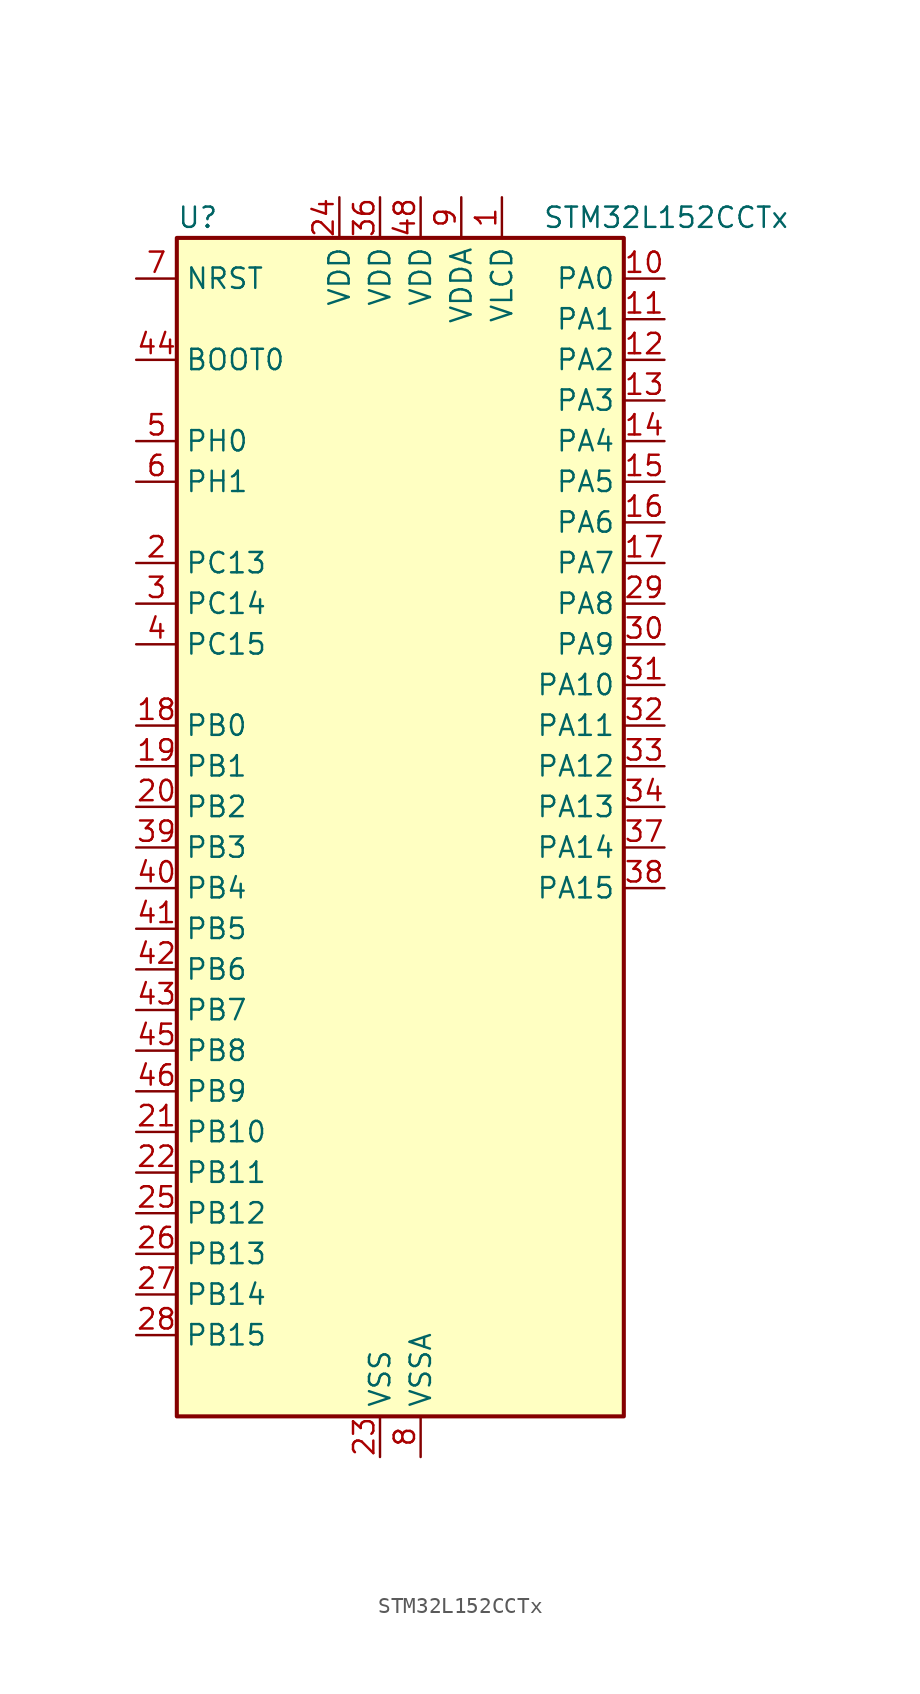
<source format=kicad_sym>
(kicad_symbol_lib
  (version 20220914)
  (generator kicad_symbol_editor)
  (symbol "STM32L152CCTx"
    (property "Reference" "U"
      (at -12.7 39.37 0)
      (effects (font (size 1.27 1.27)) (justify left)))
    (property "Value" "STM32L152CCTx"
      (at 10.16 39.37 0)
      (effects (font (size 1.27 1.27)) (justify left)))
    (property "ki_locked" ""
      (at 0 0 0)
      (effects (font (size 1.27 1.27))))
    (symbol "STM32L152CCTx_0_1"
      (rectangle (start -12.7 -35.56) (end 15.24 38.1) (stroke (width 0.254) (type default)) (fill (type background))))
    (symbol "STM32L152CCTx_1_1"
      (pin power_in line (at 7.62 40.64 270) (length 2.54) (name "VLCD" (effects (font (size 1.27 1.27)))) (number "1" (effects (font (size 1.27 1.27)))))
      (pin bidirectional line (at 17.78 35.56 180) (length 2.54) (name "PA0" (effects (font (size 1.27 1.27)))) (number "10" (effects (font (size 1.27 1.27)))) (alternate "ADC_IN0" bidirectional line) (alternate "COMP1_INP" bidirectional line) (alternate "RTC_TAMP2" bidirectional line) (alternate "SYS_WKUP1" bidirectional line) (alternate "TIM2_CH1" bidirectional line) (alternate "TIM2_ETR" bidirectional line) (alternate "TIM5_CH1" bidirectional line) (alternate "TIMX_IC1" bidirectional line) (alternate "TS_G1_IO1" bidirectional line) (alternate "USART2_CTS" bidirectional line))
      (pin bidirectional line (at 17.78 33.02 180) (length 2.54) (name "PA1" (effects (font (size 1.27 1.27)))) (number "11" (effects (font (size 1.27 1.27)))) (alternate "ADC_IN1" bidirectional line) (alternate "COMP1_INP" bidirectional line) (alternate "LCD_SEG0" bidirectional line) (alternate "OPAMP1_VINP" bidirectional line) (alternate "TIM2_CH2" bidirectional line) (alternate "TIM5_CH2" bidirectional line) (alternate "TIMX_IC2" bidirectional line) (alternate "TS_G1_IO2" bidirectional line) (alternate "USART2_RTS" bidirectional line))
      (pin bidirectional line (at 17.78 30.48 180) (length 2.54) (name "PA2" (effects (font (size 1.27 1.27)))) (number "12" (effects (font (size 1.27 1.27)))) (alternate "ADC_IN2" bidirectional line) (alternate "COMP1_INP" bidirectional line) (alternate "LCD_SEG1" bidirectional line) (alternate "OPAMP1_VINM" bidirectional line) (alternate "TIM2_CH3" bidirectional line) (alternate "TIM5_CH3" bidirectional line) (alternate "TIM9_CH1" bidirectional line) (alternate "TIMX_IC3" bidirectional line) (alternate "TS_G1_IO3" bidirectional line) (alternate "USART2_TX" bidirectional line))
      (pin bidirectional line (at 17.78 27.94 180) (length 2.54) (name "PA3" (effects (font (size 1.27 1.27)))) (number "13" (effects (font (size 1.27 1.27)))) (alternate "ADC_IN3" bidirectional line) (alternate "COMP1_INP" bidirectional line) (alternate "LCD_SEG2" bidirectional line) (alternate "OPAMP1_VOUT" bidirectional line) (alternate "TIM2_CH4" bidirectional line) (alternate "TIM5_CH4" bidirectional line) (alternate "TIM9_CH2" bidirectional line) (alternate "TIMX_IC4" bidirectional line) (alternate "TS_G1_IO4" bidirectional line) (alternate "USART2_RX" bidirectional line))
      (pin bidirectional line (at 17.78 25.4 180) (length 2.54) (name "PA4" (effects (font (size 1.27 1.27)))) (number "14" (effects (font (size 1.27 1.27)))) (alternate "ADC_IN4" bidirectional line) (alternate "COMP1_INP" bidirectional line) (alternate "DAC_OUT1" bidirectional line) (alternate "I2S3_WS" bidirectional line) (alternate "SPI1_NSS" bidirectional line) (alternate "SPI3_NSS" bidirectional line) (alternate "TIMX_IC1" bidirectional line) (alternate "USART2_CK" bidirectional line))
      (pin bidirectional line (at 17.78 22.86 180) (length 2.54) (name "PA5" (effects (font (size 1.27 1.27)))) (number "15" (effects (font (size 1.27 1.27)))) (alternate "ADC_IN5" bidirectional line) (alternate "COMP1_INP" bidirectional line) (alternate "DAC_OUT2" bidirectional line) (alternate "SPI1_SCK" bidirectional line) (alternate "TIM2_CH1" bidirectional line) (alternate "TIM2_ETR" bidirectional line) (alternate "TIMX_IC2" bidirectional line))
      (pin bidirectional line (at 17.78 20.32 180) (length 2.54) (name "PA6" (effects (font (size 1.27 1.27)))) (number "16" (effects (font (size 1.27 1.27)))) (alternate "ADC_IN6" bidirectional line) (alternate "COMP1_INP" bidirectional line) (alternate "LCD_SEG3" bidirectional line) (alternate "OPAMP2_VINP" bidirectional line) (alternate "SPI1_MISO" bidirectional line) (alternate "TIM10_CH1" bidirectional line) (alternate "TIM3_CH1" bidirectional line) (alternate "TIMX_IC3" bidirectional line) (alternate "TS_G2_IO1" bidirectional line))
      (pin bidirectional line (at 17.78 17.78 180) (length 2.54) (name "PA7" (effects (font (size 1.27 1.27)))) (number "17" (effects (font (size 1.27 1.27)))) (alternate "ADC_IN7" bidirectional line) (alternate "COMP1_INP" bidirectional line) (alternate "LCD_SEG4" bidirectional line) (alternate "OPAMP2_VINM" bidirectional line) (alternate "SPI1_MOSI" bidirectional line) (alternate "TIM11_CH1" bidirectional line) (alternate "TIM3_CH2" bidirectional line) (alternate "TIMX_IC4" bidirectional line) (alternate "TS_G2_IO2" bidirectional line))
      (pin bidirectional line (at -15.24 7.62 0) (length 2.54) (name "PB0" (effects (font (size 1.27 1.27)))) (number "18" (effects (font (size 1.27 1.27)))) (alternate "ADC_IN8" bidirectional line) (alternate "COMP1_INP" bidirectional line) (alternate "LCD_SEG5" bidirectional line) (alternate "OPAMP2_VOUT" bidirectional line) (alternate "SYS_V_REF_OUT" bidirectional line) (alternate "TIM3_CH3" bidirectional line) (alternate "TS_G3_IO1" bidirectional line))
      (pin bidirectional line (at -15.24 5.08 0) (length 2.54) (name "PB1" (effects (font (size 1.27 1.27)))) (number "19" (effects (font (size 1.27 1.27)))) (alternate "ADC_IN9" bidirectional line) (alternate "COMP1_INP" bidirectional line) (alternate "LCD_SEG6" bidirectional line) (alternate "SYS_V_REF_OUT" bidirectional line) (alternate "TIM3_CH4" bidirectional line) (alternate "TS_G3_IO2" bidirectional line))
      (pin bidirectional line (at -15.24 17.78 0) (length 2.54) (name "PC13" (effects (font (size 1.27 1.27)))) (number "2" (effects (font (size 1.27 1.27)))) (alternate "RTC_OUT_ALARM" bidirectional line) (alternate "RTC_OUT_CALIB" bidirectional line) (alternate "RTC_TAMP1" bidirectional line) (alternate "RTC_TS" bidirectional line) (alternate "SYS_WKUP2" bidirectional line) (alternate "TIMX_IC2" bidirectional line))
      (pin bidirectional line (at -15.24 2.54 0) (length 2.54) (name "PB2" (effects (font (size 1.27 1.27)))) (number "20" (effects (font (size 1.27 1.27)))) (alternate "TS_G3_IO3" bidirectional line))
      (pin bidirectional line (at -15.24 -17.78 0) (length 2.54) (name "PB10" (effects (font (size 1.27 1.27)))) (number "21" (effects (font (size 1.27 1.27)))) (alternate "I2C2_SCL" bidirectional line) (alternate "LCD_SEG10" bidirectional line) (alternate "TIM2_CH3" bidirectional line) (alternate "USART3_TX" bidirectional line))
      (pin bidirectional line (at -15.24 -20.32 0) (length 2.54) (name "PB11" (effects (font (size 1.27 1.27)))) (number "22" (effects (font (size 1.27 1.27)))) (alternate "ADC_EXTI11" bidirectional line) (alternate "I2C2_SDA" bidirectional line) (alternate "LCD_SEG11" bidirectional line) (alternate "TIM2_CH4" bidirectional line) (alternate "USART3_RX" bidirectional line))
      (pin power_in line (at 0 -38.1 90) (length 2.54) (name "VSS" (effects (font (size 1.27 1.27)))) (number "23" (effects (font (size 1.27 1.27)))))
      (pin power_in line (at -2.54 40.64 270) (length 2.54) (name "VDD" (effects (font (size 1.27 1.27)))) (number "24" (effects (font (size 1.27 1.27)))))
      (pin bidirectional line (at -15.24 -22.86 0) (length 2.54) (name "PB12" (effects (font (size 1.27 1.27)))) (number "25" (effects (font (size 1.27 1.27)))) (alternate "ADC_IN18" bidirectional line) (alternate "COMP1_INP" bidirectional line) (alternate "I2C2_SMBA" bidirectional line) (alternate "I2S2_WS" bidirectional line) (alternate "LCD_SEG12" bidirectional line) (alternate "SPI2_NSS" bidirectional line) (alternate "TIM10_CH1" bidirectional line) (alternate "TS_G7_IO1" bidirectional line) (alternate "USART3_CK" bidirectional line))
      (pin bidirectional line (at -15.24 -25.4 0) (length 2.54) (name "PB13" (effects (font (size 1.27 1.27)))) (number "26" (effects (font (size 1.27 1.27)))) (alternate "ADC_IN19" bidirectional line) (alternate "COMP1_INP" bidirectional line) (alternate "I2S2_CK" bidirectional line) (alternate "LCD_SEG13" bidirectional line) (alternate "SPI2_SCK" bidirectional line) (alternate "TIM9_CH1" bidirectional line) (alternate "TS_G7_IO2" bidirectional line) (alternate "USART3_CTS" bidirectional line))
      (pin bidirectional line (at -15.24 -27.94 0) (length 2.54) (name "PB14" (effects (font (size 1.27 1.27)))) (number "27" (effects (font (size 1.27 1.27)))) (alternate "ADC_IN20" bidirectional line) (alternate "COMP1_INP" bidirectional line) (alternate "LCD_SEG14" bidirectional line) (alternate "SPI2_MISO" bidirectional line) (alternate "TIM9_CH2" bidirectional line) (alternate "TS_G7_IO3" bidirectional line) (alternate "USART3_RTS" bidirectional line))
      (pin bidirectional line (at -15.24 -30.48 0) (length 2.54) (name "PB15" (effects (font (size 1.27 1.27)))) (number "28" (effects (font (size 1.27 1.27)))) (alternate "ADC_EXTI15" bidirectional line) (alternate "ADC_IN21" bidirectional line) (alternate "COMP1_INP" bidirectional line) (alternate "I2S2_SD" bidirectional line) (alternate "LCD_SEG15" bidirectional line) (alternate "RTC_REFIN" bidirectional line) (alternate "SPI2_MOSI" bidirectional line) (alternate "TIM11_CH1" bidirectional line) (alternate "TS_G7_IO4" bidirectional line))
      (pin bidirectional line (at 17.78 15.24 180) (length 2.54) (name "PA8" (effects (font (size 1.27 1.27)))) (number "29" (effects (font (size 1.27 1.27)))) (alternate "LCD_COM0" bidirectional line) (alternate "RCC_MCO" bidirectional line) (alternate "TIMX_IC1" bidirectional line) (alternate "TS_G4_IO1" bidirectional line) (alternate "USART1_CK" bidirectional line))
      (pin bidirectional line (at -15.24 15.24 0) (length 2.54) (name "PC14" (effects (font (size 1.27 1.27)))) (number "3" (effects (font (size 1.27 1.27)))) (alternate "RCC_OSC32_IN" bidirectional line) (alternate "TIMX_IC3" bidirectional line))
      (pin bidirectional line (at 17.78 12.7 180) (length 2.54) (name "PA9" (effects (font (size 1.27 1.27)))) (number "30" (effects (font (size 1.27 1.27)))) (alternate "DAC_EXTI9" bidirectional line) (alternate "LCD_COM1" bidirectional line) (alternate "TIMX_IC2" bidirectional line) (alternate "TS_G4_IO2" bidirectional line) (alternate "USART1_TX" bidirectional line))
      (pin bidirectional line (at 17.78 10.16 180) (length 2.54) (name "PA10" (effects (font (size 1.27 1.27)))) (number "31" (effects (font (size 1.27 1.27)))) (alternate "LCD_COM2" bidirectional line) (alternate "TIMX_IC3" bidirectional line) (alternate "TS_G4_IO3" bidirectional line) (alternate "USART1_RX" bidirectional line))
      (pin bidirectional line (at 17.78 7.62 180) (length 2.54) (name "PA11" (effects (font (size 1.27 1.27)))) (number "32" (effects (font (size 1.27 1.27)))) (alternate "ADC_EXTI11" bidirectional line) (alternate "SPI1_MISO" bidirectional line) (alternate "TIMX_IC4" bidirectional line) (alternate "USART1_CTS" bidirectional line) (alternate "USB_DM" bidirectional line))
      (pin bidirectional line (at 17.78 5.08 180) (length 2.54) (name "PA12" (effects (font (size 1.27 1.27)))) (number "33" (effects (font (size 1.27 1.27)))) (alternate "SPI1_MOSI" bidirectional line) (alternate "TIMX_IC1" bidirectional line) (alternate "USART1_RTS" bidirectional line) (alternate "USB_DP" bidirectional line))
      (pin bidirectional line (at 17.78 2.54 180) (length 2.54) (name "PA13" (effects (font (size 1.27 1.27)))) (number "34" (effects (font (size 1.27 1.27)))) (alternate "SYS_JTMS-SWDIO" bidirectional line) (alternate "TIMX_IC2" bidirectional line) (alternate "TS_G5_IO1" bidirectional line))
      (pin passive line (at 0 -38.1 90) (length 2.54) hide (name "VSS" (effects (font (size 1.27 1.27)))) (number "35" (effects (font (size 1.27 1.27)))))
      (pin power_in line (at 0 40.64 270) (length 2.54) (name "VDD" (effects (font (size 1.27 1.27)))) (number "36" (effects (font (size 1.27 1.27)))))
      (pin bidirectional line (at 17.78 0 180) (length 2.54) (name "PA14" (effects (font (size 1.27 1.27)))) (number "37" (effects (font (size 1.27 1.27)))) (alternate "SYS_JTCK-SWCLK" bidirectional line) (alternate "TIMX_IC3" bidirectional line) (alternate "TS_G5_IO2" bidirectional line))
      (pin bidirectional line (at 17.78 -2.54 180) (length 2.54) (name "PA15" (effects (font (size 1.27 1.27)))) (number "38" (effects (font (size 1.27 1.27)))) (alternate "ADC_EXTI15" bidirectional line) (alternate "I2S3_WS" bidirectional line) (alternate "LCD_SEG17" bidirectional line) (alternate "SPI1_NSS" bidirectional line) (alternate "SPI3_NSS" bidirectional line) (alternate "SYS_JTDI" bidirectional line) (alternate "TIM2_CH1" bidirectional line) (alternate "TIM2_ETR" bidirectional line) (alternate "TIMX_IC4" bidirectional line) (alternate "TS_G5_IO3" bidirectional line))
      (pin bidirectional line (at -15.24 0 0) (length 2.54) (name "PB3" (effects (font (size 1.27 1.27)))) (number "39" (effects (font (size 1.27 1.27)))) (alternate "COMP2_INM" bidirectional line) (alternate "I2S3_CK" bidirectional line) (alternate "LCD_SEG7" bidirectional line) (alternate "SPI1_SCK" bidirectional line) (alternate "SPI3_SCK" bidirectional line) (alternate "SYS_JTDO-TRACESWO" bidirectional line) (alternate "TIM2_CH2" bidirectional line))
      (pin bidirectional line (at -15.24 12.7 0) (length 2.54) (name "PC15" (effects (font (size 1.27 1.27)))) (number "4" (effects (font (size 1.27 1.27)))) (alternate "ADC_EXTI15" bidirectional line) (alternate "RCC_OSC32_OUT" bidirectional line) (alternate "TIMX_IC4" bidirectional line))
      (pin bidirectional line (at -15.24 -2.54 0) (length 2.54) (name "PB4" (effects (font (size 1.27 1.27)))) (number "40" (effects (font (size 1.27 1.27)))) (alternate "COMP2_INP" bidirectional line) (alternate "LCD_SEG8" bidirectional line) (alternate "SPI1_MISO" bidirectional line) (alternate "SPI3_MISO" bidirectional line) (alternate "SYS_JTRST" bidirectional line) (alternate "TIM3_CH1" bidirectional line) (alternate "TS_G6_IO1" bidirectional line))
      (pin bidirectional line (at -15.24 -5.08 0) (length 2.54) (name "PB5" (effects (font (size 1.27 1.27)))) (number "41" (effects (font (size 1.27 1.27)))) (alternate "COMP2_INP" bidirectional line) (alternate "I2C1_SMBA" bidirectional line) (alternate "I2S3_SD" bidirectional line) (alternate "LCD_SEG9" bidirectional line) (alternate "SPI1_MOSI" bidirectional line) (alternate "SPI3_MOSI" bidirectional line) (alternate "TIM3_CH2" bidirectional line) (alternate "TS_G6_IO2" bidirectional line))
      (pin bidirectional line (at -15.24 -7.62 0) (length 2.54) (name "PB6" (effects (font (size 1.27 1.27)))) (number "42" (effects (font (size 1.27 1.27)))) (alternate "COMP2_INP" bidirectional line) (alternate "I2C1_SCL" bidirectional line) (alternate "TIM4_CH1" bidirectional line) (alternate "TS_G6_IO3" bidirectional line) (alternate "USART1_TX" bidirectional line))
      (pin bidirectional line (at -15.24 -10.16 0) (length 2.54) (name "PB7" (effects (font (size 1.27 1.27)))) (number "43" (effects (font (size 1.27 1.27)))) (alternate "COMP2_INP" bidirectional line) (alternate "I2C1_SDA" bidirectional line) (alternate "SYS_PVD_IN" bidirectional line) (alternate "TIM4_CH2" bidirectional line) (alternate "TS_G6_IO4" bidirectional line) (alternate "USART1_RX" bidirectional line))
      (pin input line (at -15.24 30.48 0) (length 2.54) (name "BOOT0" (effects (font (size 1.27 1.27)))) (number "44" (effects (font (size 1.27 1.27)))))
      (pin bidirectional line (at -15.24 -12.7 0) (length 2.54) (name "PB8" (effects (font (size 1.27 1.27)))) (number "45" (effects (font (size 1.27 1.27)))) (alternate "I2C1_SCL" bidirectional line) (alternate "LCD_SEG16" bidirectional line) (alternate "TIM10_CH1" bidirectional line) (alternate "TIM4_CH3" bidirectional line))
      (pin bidirectional line (at -15.24 -15.24 0) (length 2.54) (name "PB9" (effects (font (size 1.27 1.27)))) (number "46" (effects (font (size 1.27 1.27)))) (alternate "DAC_EXTI9" bidirectional line) (alternate "I2C1_SDA" bidirectional line) (alternate "LCD_COM3" bidirectional line) (alternate "TIM11_CH1" bidirectional line) (alternate "TIM4_CH4" bidirectional line))
      (pin passive line (at 0 -38.1 90) (length 2.54) hide (name "VSS" (effects (font (size 1.27 1.27)))) (number "47" (effects (font (size 1.27 1.27)))))
      (pin power_in line (at 2.54 40.64 270) (length 2.54) (name "VDD" (effects (font (size 1.27 1.27)))) (number "48" (effects (font (size 1.27 1.27)))))
      (pin bidirectional line (at -15.24 25.4 0) (length 2.54) (name "PH0" (effects (font (size 1.27 1.27)))) (number "5" (effects (font (size 1.27 1.27)))) (alternate "RCC_OSC_IN" bidirectional line))
      (pin bidirectional line (at -15.24 22.86 0) (length 2.54) (name "PH1" (effects (font (size 1.27 1.27)))) (number "6" (effects (font (size 1.27 1.27)))) (alternate "RCC_OSC_OUT" bidirectional line))
      (pin input line (at -15.24 35.56 0) (length 2.54) (name "NRST" (effects (font (size 1.27 1.27)))) (number "7" (effects (font (size 1.27 1.27)))))
      (pin power_in line (at 2.54 -38.1 90) (length 2.54) (name "VSSA" (effects (font (size 1.27 1.27)))) (number "8" (effects (font (size 1.27 1.27)))))
      (pin power_in line (at 5.08 40.64 270) (length 2.54) (name "VDDA" (effects (font (size 1.27 1.27)))) (number "9" (effects (font (size 1.27 1.27))))))))
</source>
